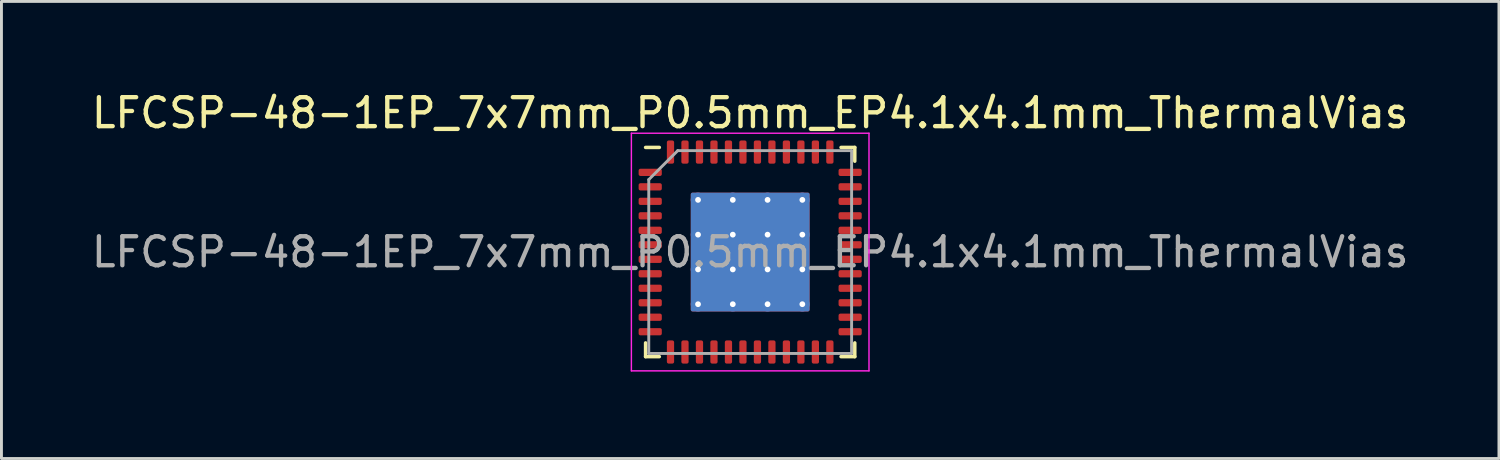
<source format=kicad_pcb>
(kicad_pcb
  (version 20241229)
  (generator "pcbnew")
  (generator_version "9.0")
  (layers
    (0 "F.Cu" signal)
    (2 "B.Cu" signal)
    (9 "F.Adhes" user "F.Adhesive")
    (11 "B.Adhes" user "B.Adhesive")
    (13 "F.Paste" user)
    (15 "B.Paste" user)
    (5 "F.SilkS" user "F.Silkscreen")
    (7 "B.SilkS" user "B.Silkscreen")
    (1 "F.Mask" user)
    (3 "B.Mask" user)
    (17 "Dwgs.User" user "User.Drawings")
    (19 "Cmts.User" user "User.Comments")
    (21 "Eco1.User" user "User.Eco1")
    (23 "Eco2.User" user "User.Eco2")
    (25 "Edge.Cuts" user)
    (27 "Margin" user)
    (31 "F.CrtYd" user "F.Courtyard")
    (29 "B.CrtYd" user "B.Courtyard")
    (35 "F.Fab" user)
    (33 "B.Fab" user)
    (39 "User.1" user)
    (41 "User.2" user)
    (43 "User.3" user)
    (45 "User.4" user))
  (footprint "LFCSP-48-1EP_7x7mm_P0.5mm_EP4.1x4.1mm_ThermalVias"
    (layer "F.Cu")
    (at 22.839 5.648)
    (property "Reference" "LFCSP-48-1EP_7x7mm_P0.5mm_EP4.1x4.1mm_ThermalVias" (at 0 -4.8 0) (layer "F.SilkS") (effects (font (size 1 1) (thickness 0.15))))
    (attr smd)
    (fp_line (start -3.61 3.61) (end -3.61 3.135) (stroke (width 0.12) (type solid)) (layer "F.SilkS"))
    (fp_line (start -3.135 -3.61) (end -3.61 -3.61) (stroke (width 0.12) (type solid)) (layer "F.SilkS"))
    (fp_line (start -3.135 3.61) (end -3.61 3.61) (stroke (width 0.12) (type solid)) (layer "F.SilkS"))
    (fp_line (start 3.135 -3.61) (end 3.61 -3.61) (stroke (width 0.12) (type solid)) (layer "F.SilkS"))
    (fp_line (start 3.135 3.61) (end 3.61 3.61) (stroke (width 0.12) (type solid)) (layer "F.SilkS"))
    (fp_line (start 3.61 -3.61) (end 3.61 -3.135) (stroke (width 0.12) (type solid)) (layer "F.SilkS"))
    (fp_line (start 3.61 3.61) (end 3.61 3.135) (stroke (width 0.12) (type solid)) (layer "F.SilkS"))
    (fp_line (start -4.1 -4.1) (end -4.1 4.1) (stroke (width 0.05) (type solid)) (layer "F.CrtYd"))
    (fp_line (start -4.1 4.1) (end 4.1 4.1) (stroke (width 0.05) (type solid)) (layer "F.CrtYd"))
    (fp_line (start 4.1 -4.1) (end -4.1 -4.1) (stroke (width 0.05) (type solid)) (layer "F.CrtYd"))
    (fp_line (start 4.1 4.1) (end 4.1 -4.1) (stroke (width 0.05) (type solid)) (layer "F.CrtYd"))
    (fp_line (start -3.5 -2.5) (end -2.5 -3.5) (stroke (width 0.1) (type solid)) (layer "F.Fab"))
    (fp_line (start -3.5 3.5) (end -3.5 -2.5) (stroke (width 0.1) (type solid)) (layer "F.Fab"))
    (fp_line (start -2.5 -3.5) (end 3.5 -3.5) (stroke (width 0.1) (type solid)) (layer "F.Fab"))
    (fp_line (start 3.5 -3.5) (end 3.5 3.5) (stroke (width 0.1) (type solid)) (layer "F.Fab"))
    (fp_line (start 3.5 3.5) (end -3.5 3.5) (stroke (width 0.1) (type solid)) (layer "F.Fab"))
    (fp_text user "${REFERENCE}" (at 0 0 0) (layer "F.Fab") (effects (font (size 1 1) (thickness 0.15))))
    (pad "" smd roundrect (at -1.37 -1.37) (size 1.14 1.14) (layers "F.Paste") (roundrect_rratio 0.219))
    (pad "" smd roundrect (at -1.37 0) (size 1.14 1.14) (layers "F.Paste") (roundrect_rratio 0.219))
    (pad "" smd roundrect (at -1.37 1.37) (size 1.14 1.14) (layers "F.Paste") (roundrect_rratio 0.219))
    (pad "" smd roundrect (at 0 -1.37) (size 1.14 1.14) (layers "F.Paste") (roundrect_rratio 0.219))
    (pad "" smd roundrect (at 0 0) (size 1.14 1.14) (layers "F.Paste") (roundrect_rratio 0.219))
    (pad "" smd roundrect (at 0 1.37) (size 1.14 1.14) (layers "F.Paste") (roundrect_rratio 0.219))
    (pad "" smd roundrect (at 1.37 -1.37) (size 1.14 1.14) (layers "F.Paste") (roundrect_rratio 0.219))
    (pad "" smd roundrect (at 1.37 0) (size 1.14 1.14) (layers "F.Paste") (roundrect_rratio 0.219))
    (pad "" smd roundrect (at 1.37 1.37) (size 1.14 1.14) (layers "F.Paste") (roundrect_rratio 0.219))
    (pad "1" smd roundrect (at -3.45 -2.75) (size 0.8 0.25) (layers "F.Cu" "F.Mask" "F.Paste") (roundrect_rratio 0.25))
    (pad "2" smd roundrect (at -3.45 -2.25) (size 0.8 0.25) (layers "F.Cu" "F.Mask" "F.Paste") (roundrect_rratio 0.25))
    (pad "3" smd roundrect (at -3.45 -1.75) (size 0.8 0.25) (layers "F.Cu" "F.Mask" "F.Paste") (roundrect_rratio 0.25))
    (pad "4" smd roundrect (at -3.45 -1.25) (size 0.8 0.25) (layers "F.Cu" "F.Mask" "F.Paste") (roundrect_rratio 0.25))
    (pad "5" smd roundrect (at -3.45 -0.75) (size 0.8 0.25) (layers "F.Cu" "F.Mask" "F.Paste") (roundrect_rratio 0.25))
    (pad "6" smd roundrect (at -3.45 -0.25) (size 0.8 0.25) (layers "F.Cu" "F.Mask" "F.Paste") (roundrect_rratio 0.25))
    (pad "7" smd roundrect (at -3.45 0.25) (size 0.8 0.25) (layers "F.Cu" "F.Mask" "F.Paste") (roundrect_rratio 0.25))
    (pad "8" smd roundrect (at -3.45 0.75) (size 0.8 0.25) (layers "F.Cu" "F.Mask" "F.Paste") (roundrect_rratio 0.25))
    (pad "9" smd roundrect (at -3.45 1.25) (size 0.8 0.25) (layers "F.Cu" "F.Mask" "F.Paste") (roundrect_rratio 0.25))
    (pad "10" smd roundrect (at -3.45 1.75) (size 0.8 0.25) (layers "F.Cu" "F.Mask" "F.Paste") (roundrect_rratio 0.25))
    (pad "11" smd roundrect (at -3.45 2.25) (size 0.8 0.25) (layers "F.Cu" "F.Mask" "F.Paste") (roundrect_rratio 0.25))
    (pad "12" smd roundrect (at -3.45 2.75) (size 0.8 0.25) (layers "F.Cu" "F.Mask" "F.Paste") (roundrect_rratio 0.25))
    (pad "13" smd roundrect (at -2.75 3.45) (size 0.25 0.8) (layers "F.Cu" "F.Mask" "F.Paste") (roundrect_rratio 0.25))
    (pad "14" smd roundrect (at -2.25 3.45) (size 0.25 0.8) (layers "F.Cu" "F.Mask" "F.Paste") (roundrect_rratio 0.25))
    (pad "15" smd roundrect (at -1.75 3.45) (size 0.25 0.8) (layers "F.Cu" "F.Mask" "F.Paste") (roundrect_rratio 0.25))
    (pad "16" smd roundrect (at -1.25 3.45) (size 0.25 0.8) (layers "F.Cu" "F.Mask" "F.Paste") (roundrect_rratio 0.25))
    (pad "17" smd roundrect (at -0.75 3.45) (size 0.25 0.8) (layers "F.Cu" "F.Mask" "F.Paste") (roundrect_rratio 0.25))
    (pad "18" smd roundrect (at -0.25 3.45) (size 0.25 0.8) (layers "F.Cu" "F.Mask" "F.Paste") (roundrect_rratio 0.25))
    (pad "19" smd roundrect (at 0.25 3.45) (size 0.25 0.8) (layers "F.Cu" "F.Mask" "F.Paste") (roundrect_rratio 0.25))
    (pad "20" smd roundrect (at 0.75 3.45) (size 0.25 0.8) (layers "F.Cu" "F.Mask" "F.Paste") (roundrect_rratio 0.25))
    (pad "21" smd roundrect (at 1.25 3.45) (size 0.25 0.8) (layers "F.Cu" "F.Mask" "F.Paste") (roundrect_rratio 0.25))
    (pad "22" smd roundrect (at 1.75 3.45) (size 0.25 0.8) (layers "F.Cu" "F.Mask" "F.Paste") (roundrect_rratio 0.25))
    (pad "23" smd roundrect (at 2.25 3.45) (size 0.25 0.8) (layers "F.Cu" "F.Mask" "F.Paste") (roundrect_rratio 0.25))
    (pad "24" smd roundrect (at 2.75 3.45) (size 0.25 0.8) (layers "F.Cu" "F.Mask" "F.Paste") (roundrect_rratio 0.25))
    (pad "25" smd roundrect (at 3.45 2.75) (size 0.8 0.25) (layers "F.Cu" "F.Mask" "F.Paste") (roundrect_rratio 0.25))
    (pad "26" smd roundrect (at 3.45 2.25) (size 0.8 0.25) (layers "F.Cu" "F.Mask" "F.Paste") (roundrect_rratio 0.25))
    (pad "27" smd roundrect (at 3.45 1.75) (size 0.8 0.25) (layers "F.Cu" "F.Mask" "F.Paste") (roundrect_rratio 0.25))
    (pad "28" smd roundrect (at 3.45 1.25) (size 0.8 0.25) (layers "F.Cu" "F.Mask" "F.Paste") (roundrect_rratio 0.25))
    (pad "29" smd roundrect (at 3.45 0.75) (size 0.8 0.25) (layers "F.Cu" "F.Mask" "F.Paste") (roundrect_rratio 0.25))
    (pad "30" smd roundrect (at 3.45 0.25) (size 0.8 0.25) (layers "F.Cu" "F.Mask" "F.Paste") (roundrect_rratio 0.25))
    (pad "31" smd roundrect (at 3.45 -0.25) (size 0.8 0.25) (layers "F.Cu" "F.Mask" "F.Paste") (roundrect_rratio 0.25))
    (pad "32" smd roundrect (at 3.45 -0.75) (size 0.8 0.25) (layers "F.Cu" "F.Mask" "F.Paste") (roundrect_rratio 0.25))
    (pad "33" smd roundrect (at 3.45 -1.25) (size 0.8 0.25) (layers "F.Cu" "F.Mask" "F.Paste") (roundrect_rratio 0.25))
    (pad "34" smd roundrect (at 3.45 -1.75) (size 0.8 0.25) (layers "F.Cu" "F.Mask" "F.Paste") (roundrect_rratio 0.25))
    (pad "35" smd roundrect (at 3.45 -2.25) (size 0.8 0.25) (layers "F.Cu" "F.Mask" "F.Paste") (roundrect_rratio 0.25))
    (pad "36" smd roundrect (at 3.45 -2.75) (size 0.8 0.25) (layers "F.Cu" "F.Mask" "F.Paste") (roundrect_rratio 0.25))
    (pad "37" smd roundrect (at 2.75 -3.45) (size 0.25 0.8) (layers "F.Cu" "F.Mask" "F.Paste") (roundrect_rratio 0.25))
    (pad "38" smd roundrect (at 2.25 -3.45) (size 0.25 0.8) (layers "F.Cu" "F.Mask" "F.Paste") (roundrect_rratio 0.25))
    (pad "39" smd roundrect (at 1.75 -3.45) (size 0.25 0.8) (layers "F.Cu" "F.Mask" "F.Paste") (roundrect_rratio 0.25))
    (pad "40" smd roundrect (at 1.25 -3.45) (size 0.25 0.8) (layers "F.Cu" "F.Mask" "F.Paste") (roundrect_rratio 0.25))
    (pad "41" smd roundrect (at 0.75 -3.45) (size 0.25 0.8) (layers "F.Cu" "F.Mask" "F.Paste") (roundrect_rratio 0.25))
    (pad "42" smd roundrect (at 0.25 -3.45) (size 0.25 0.8) (layers "F.Cu" "F.Mask" "F.Paste") (roundrect_rratio 0.25))
    (pad "43" smd roundrect (at -0.25 -3.45) (size 0.25 0.8) (layers "F.Cu" "F.Mask" "F.Paste") (roundrect_rratio 0.25))
    (pad "44" smd roundrect (at -0.75 -3.45) (size 0.25 0.8) (layers "F.Cu" "F.Mask" "F.Paste") (roundrect_rratio 0.25))
    (pad "45" smd roundrect (at -1.25 -3.45) (size 0.25 0.8) (layers "F.Cu" "F.Mask" "F.Paste") (roundrect_rratio 0.25))
    (pad "46" smd roundrect (at -1.75 -3.45) (size 0.25 0.8) (layers "F.Cu" "F.Mask" "F.Paste") (roundrect_rratio 0.25))
    (pad "47" smd roundrect (at -2.25 -3.45) (size 0.25 0.8) (layers "F.Cu" "F.Mask" "F.Paste") (roundrect_rratio 0.25))
    (pad "48" smd roundrect (at -2.75 -3.45) (size 0.25 0.8) (layers "F.Cu" "F.Mask" "F.Paste") (roundrect_rratio 0.25))
    (pad "49" thru_hole circle (at -1.8 -1.8) (size 0.5 0.5) (drill 0.2) (layers "*.Cu"))
    (pad "49" thru_hole circle (at -1.8 -0.6) (size 0.5 0.5) (drill 0.2) (layers "*.Cu"))
    (pad "49" thru_hole circle (at -1.8 0.6) (size 0.5 0.5) (drill 0.2) (layers "*.Cu"))
    (pad "49" thru_hole circle (at -1.8 1.8) (size 0.5 0.5) (drill 0.2) (layers "*.Cu"))
    (pad "49" thru_hole circle (at -0.6 -1.8) (size 0.5 0.5) (drill 0.2) (layers "*.Cu"))
    (pad "49" thru_hole circle (at -0.6 -0.6) (size 0.5 0.5) (drill 0.2) (layers "*.Cu"))
    (pad "49" thru_hole circle (at -0.6 0.6) (size 0.5 0.5) (drill 0.2) (layers "*.Cu"))
    (pad "49" thru_hole circle (at -0.6 1.8) (size 0.5 0.5) (drill 0.2) (layers "*.Cu"))
    (pad "49" smd roundrect (at 0 0) (size 4.1 4.1) (layers "F.Cu" "F.Mask") (roundrect_rratio 0.015))
    (pad "49" smd roundrect (at 0 0) (size 4.1 4.1) (layers "B.Cu") (roundrect_rratio 0.015))
    (pad "49" thru_hole circle (at 0.6 -1.8) (size 0.5 0.5) (drill 0.2) (layers "*.Cu"))
    (pad "49" thru_hole circle (at 0.6 -0.6) (size 0.5 0.5) (drill 0.2) (layers "*.Cu"))
    (pad "49" thru_hole circle (at 0.6 0.6) (size 0.5 0.5) (drill 0.2) (layers "*.Cu"))
    (pad "49" thru_hole circle (at 0.6 1.8) (size 0.5 0.5) (drill 0.2) (layers "*.Cu"))
    (pad "49" thru_hole circle (at 1.8 -1.8) (size 0.5 0.5) (drill 0.2) (layers "*.Cu"))
    (pad "49" thru_hole circle (at 1.8 -0.6) (size 0.5 0.5) (drill 0.2) (layers "*.Cu"))
    (pad "49" thru_hole circle (at 1.8 0.6) (size 0.5 0.5) (drill 0.2) (layers "*.Cu"))
    (pad "49" thru_hole circle (at 1.8 1.8) (size 0.5 0.5) (drill 0.2) (layers "*.Cu")))
  (gr_rect
    (start -3 -3)
    (end 48.679 12.773)
    (stroke (width 0.1) (type default))
    (fill no)
    (layer "Edge.Cuts")))
</source>
